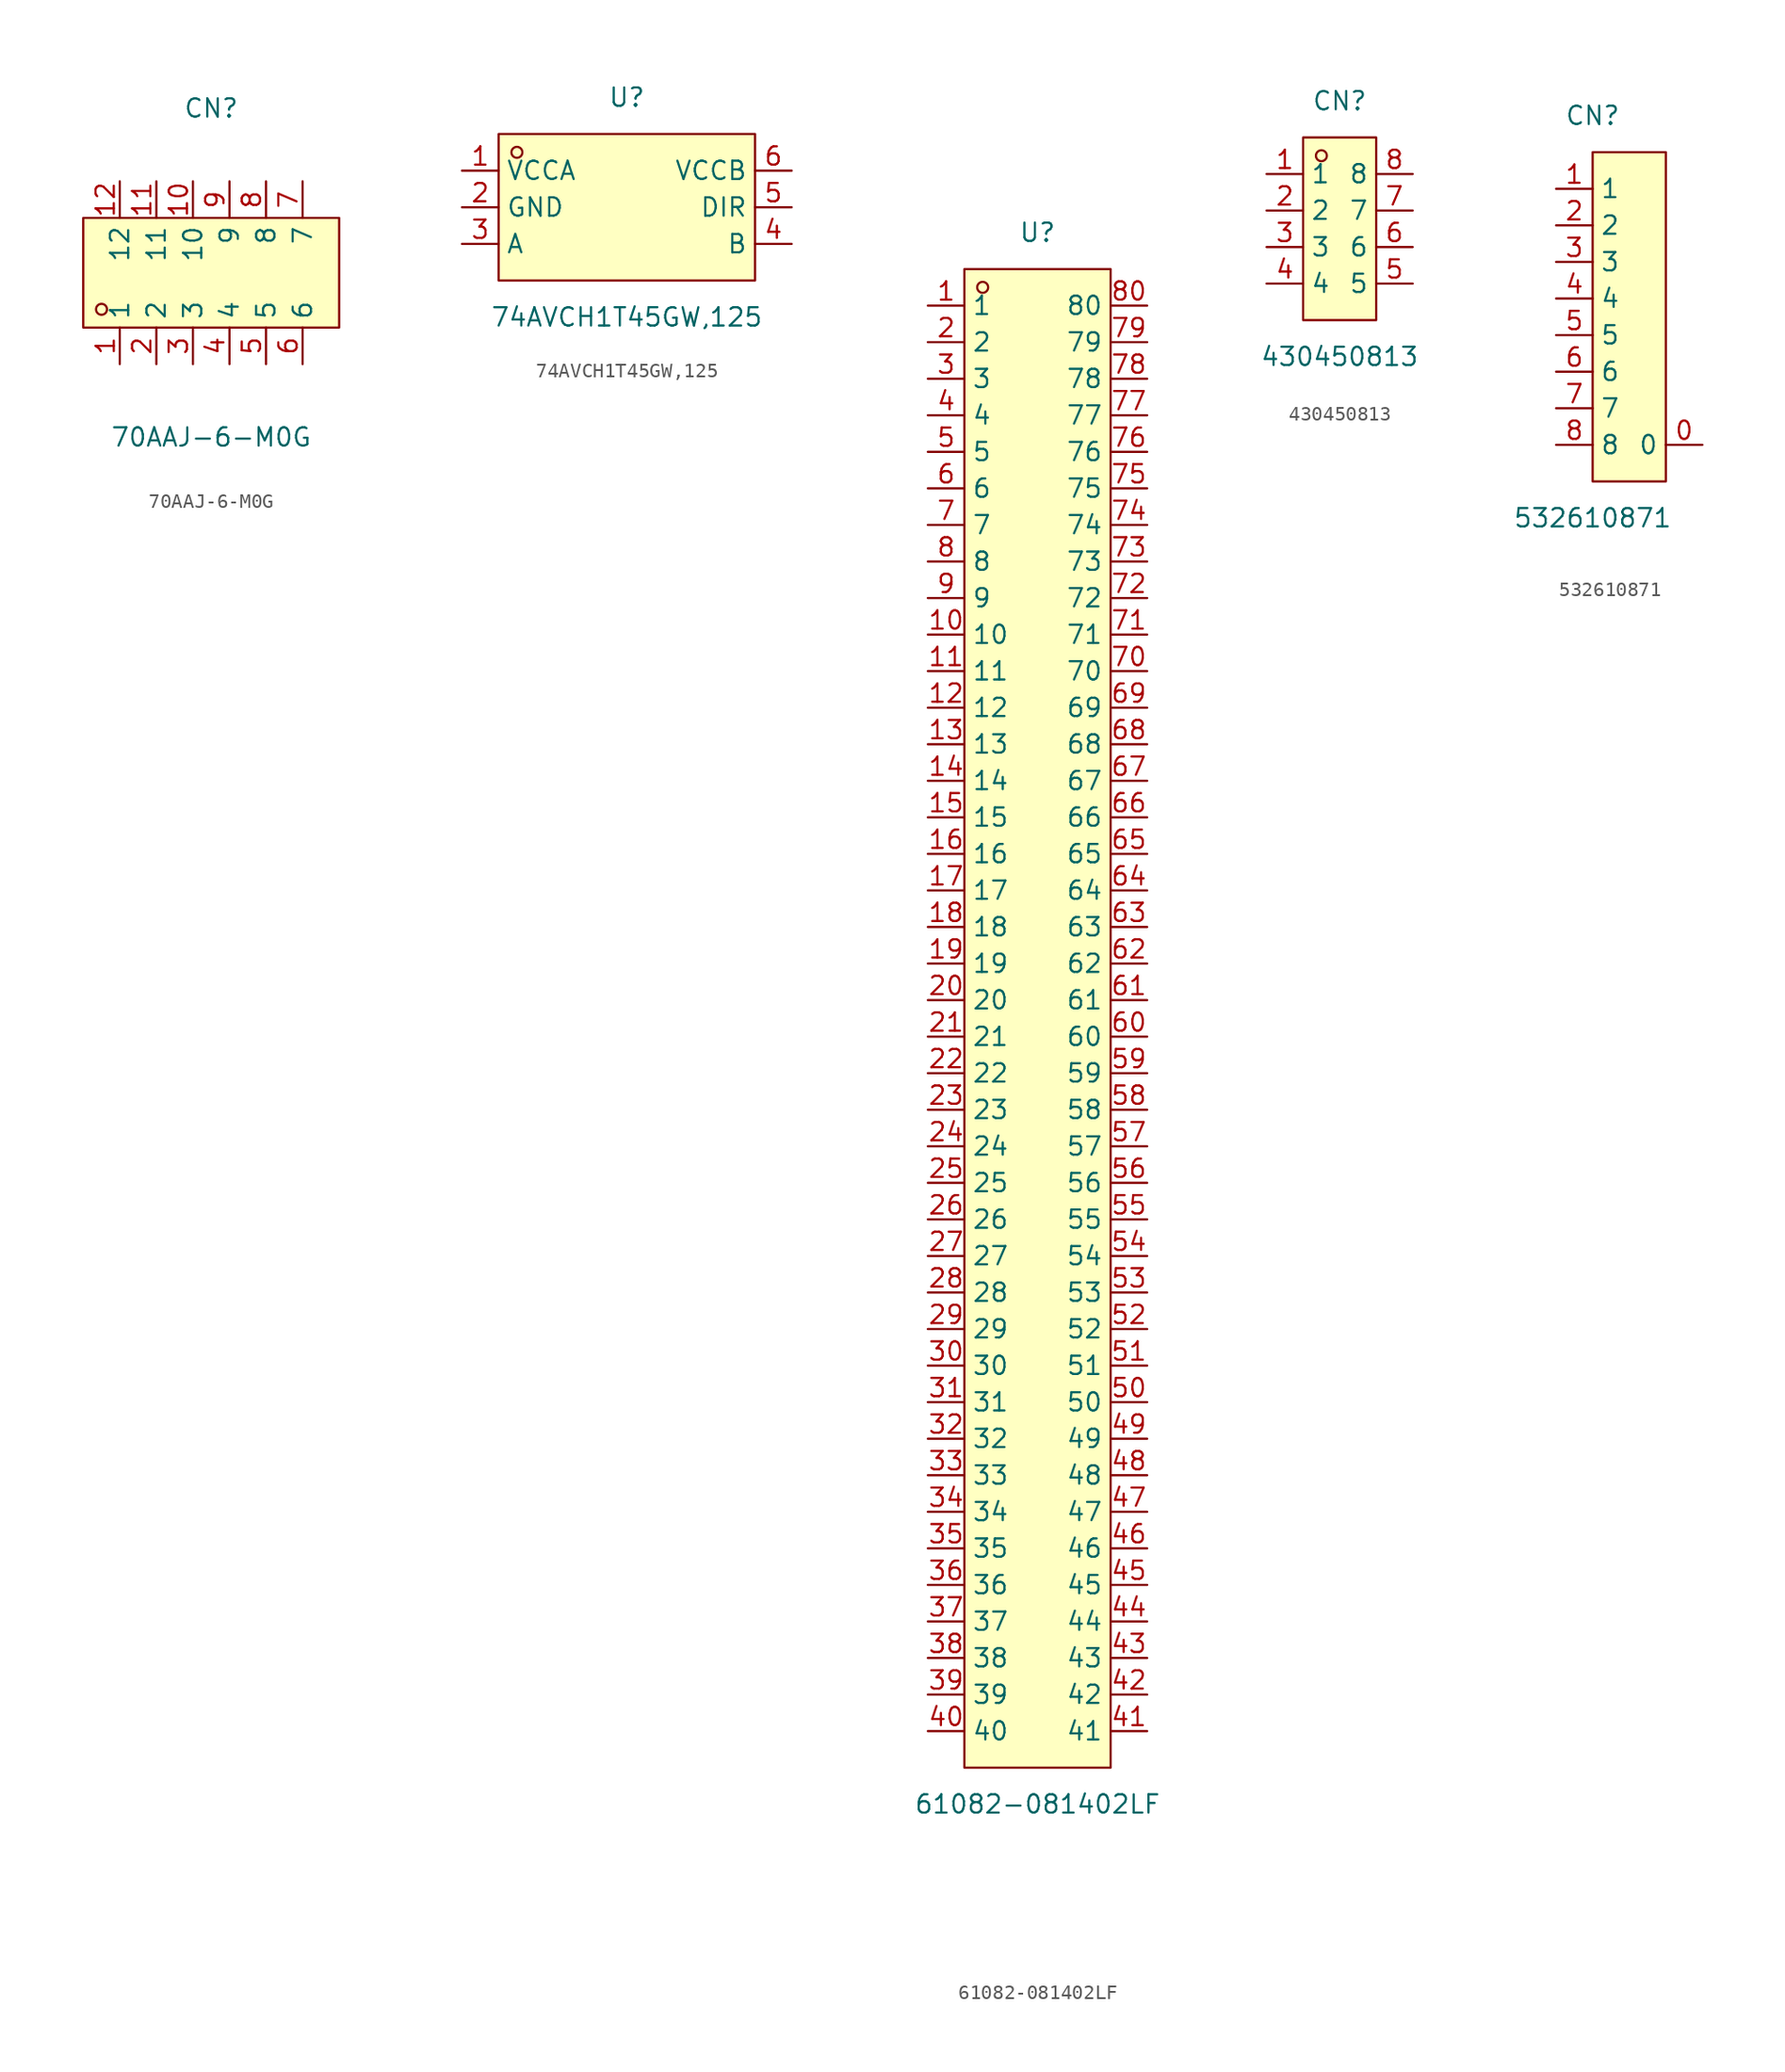
<source format=kicad_sym>
(kicad_symbol_lib
  (version 20231120)
  (generator "kicad_symbol_editor")
  (generator_version "8.0")
  (symbol "70AAJ-6-M0G"
    (property "Reference" "CN"
      (at 0 11.43 0)
      (effects (font (size 1.27 1.27))))
    (property "Value" "70AAJ-6-M0G"
      (at 0 -11.43 0)
      (effects (font (size 1.27 1.27))))
    (symbol "70AAJ-6-M0G_0_1"
      (rectangle (start -8.89 3.81) (end 8.89 -3.81) (stroke (width 0) (type default)) (fill (type background)))
      (circle (center -7.62 -2.54) (radius 0.38) (stroke (width 0) (type default)) (fill (type none)))
      (pin unspecified line (at -6.35 -6.35 90) (length 2.54) (name "1" (effects (font (size 1.27 1.27)))) (number "1" (effects (font (size 1.27 1.27)))))
      (pin unspecified line (at -1.27 6.35 270) (length 2.54) (name "10" (effects (font (size 1.27 1.27)))) (number "10" (effects (font (size 1.27 1.27)))))
      (pin unspecified line (at -3.81 6.35 270) (length 2.54) (name "11" (effects (font (size 1.27 1.27)))) (number "11" (effects (font (size 1.27 1.27)))))
      (pin unspecified line (at -6.35 6.35 270) (length 2.54) (name "12" (effects (font (size 1.27 1.27)))) (number "12" (effects (font (size 1.27 1.27)))))
      (pin unspecified line (at -3.81 -6.35 90) (length 2.54) (name "2" (effects (font (size 1.27 1.27)))) (number "2" (effects (font (size 1.27 1.27)))))
      (pin unspecified line (at -1.27 -6.35 90) (length 2.54) (name "3" (effects (font (size 1.27 1.27)))) (number "3" (effects (font (size 1.27 1.27)))))
      (pin unspecified line (at 1.27 -6.35 90) (length 2.54) (name "4" (effects (font (size 1.27 1.27)))) (number "4" (effects (font (size 1.27 1.27)))))
      (pin unspecified line (at 3.81 -6.35 90) (length 2.54) (name "5" (effects (font (size 1.27 1.27)))) (number "5" (effects (font (size 1.27 1.27)))))
      (pin unspecified line (at 6.35 -6.35 90) (length 2.54) (name "6" (effects (font (size 1.27 1.27)))) (number "6" (effects (font (size 1.27 1.27)))))
      (pin unspecified line (at 6.35 6.35 270) (length 2.54) (name "7" (effects (font (size 1.27 1.27)))) (number "7" (effects (font (size 1.27 1.27)))))
      (pin unspecified line (at 3.81 6.35 270) (length 2.54) (name "8" (effects (font (size 1.27 1.27)))) (number "8" (effects (font (size 1.27 1.27)))))
      (pin unspecified line (at 1.27 6.35 270) (length 2.54) (name "9" (effects (font (size 1.27 1.27)))) (number "9" (effects (font (size 1.27 1.27)))))))
  (symbol "74AVCH1T45GW,125"
    (property "Reference" "U"
      (at 0 7.62 0)
      (effects (font (size 1.27 1.27))))
    (property "Value" "74AVCH1T45GW,125"
      (at 0 -7.62 0)
      (effects (font (size 1.27 1.27))))
    (symbol "74AVCH1T45GW,125_0_1"
      (rectangle (start -8.89 5.08) (end 8.89 -5.08) (stroke (width 0) (type default)) (fill (type background)))
      (circle (center -7.62 3.81) (radius 0.38) (stroke (width 0) (type default)) (fill (type none)))
      (pin unspecified line (at -11.43 2.54 0) (length 2.54) (name "VCCA" (effects (font (size 1.27 1.27)))) (number "1" (effects (font (size 1.27 1.27)))))
      (pin unspecified line (at -11.43 0 0) (length 2.54) (name "GND" (effects (font (size 1.27 1.27)))) (number "2" (effects (font (size 1.27 1.27)))))
      (pin unspecified line (at -11.43 -2.54 0) (length 2.54) (name "A" (effects (font (size 1.27 1.27)))) (number "3" (effects (font (size 1.27 1.27)))))
      (pin unspecified line (at 11.43 -2.54 180) (length 2.54) (name "B" (effects (font (size 1.27 1.27)))) (number "4" (effects (font (size 1.27 1.27)))))
      (pin unspecified line (at 11.43 0 180) (length 2.54) (name "DIR" (effects (font (size 1.27 1.27)))) (number "5" (effects (font (size 1.27 1.27)))))
      (pin unspecified line (at 11.43 2.54 180) (length 2.54) (name "VCCB" (effects (font (size 1.27 1.27)))) (number "6" (effects (font (size 1.27 1.27)))))))
  (symbol "61082-081402LF"
    (property "Reference" "U"
      (at 0 54.61 0)
      (effects (font (size 1.27 1.27))))
    (property "Value" "61082-081402LF"
      (at 0 -54.61 0)
      (effects (font (size 1.27 1.27))))
    (symbol "61082-081402LF_0_1"
      (rectangle (start -5.08 52.07) (end 5.08 -52.07) (stroke (width 0) (type default)) (fill (type background)))
      (circle (center -3.81 50.8) (radius 0.38) (stroke (width 0) (type default)) (fill (type none)))
      (pin unspecified line (at -7.62 49.53 0) (length 2.54) (name "1" (effects (font (size 1.27 1.27)))) (number "1" (effects (font (size 1.27 1.27)))))
      (pin unspecified line (at -7.62 26.67 0) (length 2.54) (name "10" (effects (font (size 1.27 1.27)))) (number "10" (effects (font (size 1.27 1.27)))))
      (pin unspecified line (at -7.62 24.13 0) (length 2.54) (name "11" (effects (font (size 1.27 1.27)))) (number "11" (effects (font (size 1.27 1.27)))))
      (pin unspecified line (at -7.62 21.59 0) (length 2.54) (name "12" (effects (font (size 1.27 1.27)))) (number "12" (effects (font (size 1.27 1.27)))))
      (pin unspecified line (at -7.62 19.05 0) (length 2.54) (name "13" (effects (font (size 1.27 1.27)))) (number "13" (effects (font (size 1.27 1.27)))))
      (pin unspecified line (at -7.62 16.51 0) (length 2.54) (name "14" (effects (font (size 1.27 1.27)))) (number "14" (effects (font (size 1.27 1.27)))))
      (pin unspecified line (at -7.62 13.97 0) (length 2.54) (name "15" (effects (font (size 1.27 1.27)))) (number "15" (effects (font (size 1.27 1.27)))))
      (pin unspecified line (at -7.62 11.43 0) (length 2.54) (name "16" (effects (font (size 1.27 1.27)))) (number "16" (effects (font (size 1.27 1.27)))))
      (pin unspecified line (at -7.62 8.89 0) (length 2.54) (name "17" (effects (font (size 1.27 1.27)))) (number "17" (effects (font (size 1.27 1.27)))))
      (pin unspecified line (at -7.62 6.35 0) (length 2.54) (name "18" (effects (font (size 1.27 1.27)))) (number "18" (effects (font (size 1.27 1.27)))))
      (pin unspecified line (at -7.62 3.81 0) (length 2.54) (name "19" (effects (font (size 1.27 1.27)))) (number "19" (effects (font (size 1.27 1.27)))))
      (pin unspecified line (at -7.62 46.99 0) (length 2.54) (name "2" (effects (font (size 1.27 1.27)))) (number "2" (effects (font (size 1.27 1.27)))))
      (pin unspecified line (at -7.62 1.27 0) (length 2.54) (name "20" (effects (font (size 1.27 1.27)))) (number "20" (effects (font (size 1.27 1.27)))))
      (pin unspecified line (at -7.62 -1.27 0) (length 2.54) (name "21" (effects (font (size 1.27 1.27)))) (number "21" (effects (font (size 1.27 1.27)))))
      (pin unspecified line (at -7.62 -3.81 0) (length 2.54) (name "22" (effects (font (size 1.27 1.27)))) (number "22" (effects (font (size 1.27 1.27)))))
      (pin unspecified line (at -7.62 -6.35 0) (length 2.54) (name "23" (effects (font (size 1.27 1.27)))) (number "23" (effects (font (size 1.27 1.27)))))
      (pin unspecified line (at -7.62 -8.89 0) (length 2.54) (name "24" (effects (font (size 1.27 1.27)))) (number "24" (effects (font (size 1.27 1.27)))))
      (pin unspecified line (at -7.62 -11.43 0) (length 2.54) (name "25" (effects (font (size 1.27 1.27)))) (number "25" (effects (font (size 1.27 1.27)))))
      (pin unspecified line (at -7.62 -13.97 0) (length 2.54) (name "26" (effects (font (size 1.27 1.27)))) (number "26" (effects (font (size 1.27 1.27)))))
      (pin unspecified line (at -7.62 -16.51 0) (length 2.54) (name "27" (effects (font (size 1.27 1.27)))) (number "27" (effects (font (size 1.27 1.27)))))
      (pin unspecified line (at -7.62 -19.05 0) (length 2.54) (name "28" (effects (font (size 1.27 1.27)))) (number "28" (effects (font (size 1.27 1.27)))))
      (pin unspecified line (at -7.62 -21.59 0) (length 2.54) (name "29" (effects (font (size 1.27 1.27)))) (number "29" (effects (font (size 1.27 1.27)))))
      (pin unspecified line (at -7.62 44.45 0) (length 2.54) (name "3" (effects (font (size 1.27 1.27)))) (number "3" (effects (font (size 1.27 1.27)))))
      (pin unspecified line (at -7.62 -24.13 0) (length 2.54) (name "30" (effects (font (size 1.27 1.27)))) (number "30" (effects (font (size 1.27 1.27)))))
      (pin unspecified line (at -7.62 -26.67 0) (length 2.54) (name "31" (effects (font (size 1.27 1.27)))) (number "31" (effects (font (size 1.27 1.27)))))
      (pin unspecified line (at -7.62 -29.21 0) (length 2.54) (name "32" (effects (font (size 1.27 1.27)))) (number "32" (effects (font (size 1.27 1.27)))))
      (pin unspecified line (at -7.62 -31.75 0) (length 2.54) (name "33" (effects (font (size 1.27 1.27)))) (number "33" (effects (font (size 1.27 1.27)))))
      (pin unspecified line (at -7.62 -34.29 0) (length 2.54) (name "34" (effects (font (size 1.27 1.27)))) (number "34" (effects (font (size 1.27 1.27)))))
      (pin unspecified line (at -7.62 -36.83 0) (length 2.54) (name "35" (effects (font (size 1.27 1.27)))) (number "35" (effects (font (size 1.27 1.27)))))
      (pin unspecified line (at -7.62 -39.37 0) (length 2.54) (name "36" (effects (font (size 1.27 1.27)))) (number "36" (effects (font (size 1.27 1.27)))))
      (pin unspecified line (at -7.62 -41.91 0) (length 2.54) (name "37" (effects (font (size 1.27 1.27)))) (number "37" (effects (font (size 1.27 1.27)))))
      (pin unspecified line (at -7.62 -44.45 0) (length 2.54) (name "38" (effects (font (size 1.27 1.27)))) (number "38" (effects (font (size 1.27 1.27)))))
      (pin unspecified line (at -7.62 -46.99 0) (length 2.54) (name "39" (effects (font (size 1.27 1.27)))) (number "39" (effects (font (size 1.27 1.27)))))
      (pin unspecified line (at -7.62 41.91 0) (length 2.54) (name "4" (effects (font (size 1.27 1.27)))) (number "4" (effects (font (size 1.27 1.27)))))
      (pin unspecified line (at -7.62 -49.53 0) (length 2.54) (name "40" (effects (font (size 1.27 1.27)))) (number "40" (effects (font (size 1.27 1.27)))))
      (pin unspecified line (at 7.62 -49.53 180) (length 2.54) (name "41" (effects (font (size 1.27 1.27)))) (number "41" (effects (font (size 1.27 1.27)))))
      (pin unspecified line (at 7.62 -46.99 180) (length 2.54) (name "42" (effects (font (size 1.27 1.27)))) (number "42" (effects (font (size 1.27 1.27)))))
      (pin unspecified line (at 7.62 -44.45 180) (length 2.54) (name "43" (effects (font (size 1.27 1.27)))) (number "43" (effects (font (size 1.27 1.27)))))
      (pin unspecified line (at 7.62 -41.91 180) (length 2.54) (name "44" (effects (font (size 1.27 1.27)))) (number "44" (effects (font (size 1.27 1.27)))))
      (pin unspecified line (at 7.62 -39.37 180) (length 2.54) (name "45" (effects (font (size 1.27 1.27)))) (number "45" (effects (font (size 1.27 1.27)))))
      (pin unspecified line (at 7.62 -36.83 180) (length 2.54) (name "46" (effects (font (size 1.27 1.27)))) (number "46" (effects (font (size 1.27 1.27)))))
      (pin unspecified line (at 7.62 -34.29 180) (length 2.54) (name "47" (effects (font (size 1.27 1.27)))) (number "47" (effects (font (size 1.27 1.27)))))
      (pin unspecified line (at 7.62 -31.75 180) (length 2.54) (name "48" (effects (font (size 1.27 1.27)))) (number "48" (effects (font (size 1.27 1.27)))))
      (pin unspecified line (at 7.62 -29.21 180) (length 2.54) (name "49" (effects (font (size 1.27 1.27)))) (number "49" (effects (font (size 1.27 1.27)))))
      (pin unspecified line (at -7.62 39.37 0) (length 2.54) (name "5" (effects (font (size 1.27 1.27)))) (number "5" (effects (font (size 1.27 1.27)))))
      (pin unspecified line (at 7.62 -26.67 180) (length 2.54) (name "50" (effects (font (size 1.27 1.27)))) (number "50" (effects (font (size 1.27 1.27)))))
      (pin unspecified line (at 7.62 -24.13 180) (length 2.54) (name "51" (effects (font (size 1.27 1.27)))) (number "51" (effects (font (size 1.27 1.27)))))
      (pin unspecified line (at 7.62 -21.59 180) (length 2.54) (name "52" (effects (font (size 1.27 1.27)))) (number "52" (effects (font (size 1.27 1.27)))))
      (pin unspecified line (at 7.62 -19.05 180) (length 2.54) (name "53" (effects (font (size 1.27 1.27)))) (number "53" (effects (font (size 1.27 1.27)))))
      (pin unspecified line (at 7.62 -16.51 180) (length 2.54) (name "54" (effects (font (size 1.27 1.27)))) (number "54" (effects (font (size 1.27 1.27)))))
      (pin unspecified line (at 7.62 -13.97 180) (length 2.54) (name "55" (effects (font (size 1.27 1.27)))) (number "55" (effects (font (size 1.27 1.27)))))
      (pin unspecified line (at 7.62 -11.43 180) (length 2.54) (name "56" (effects (font (size 1.27 1.27)))) (number "56" (effects (font (size 1.27 1.27)))))
      (pin unspecified line (at 7.62 -8.89 180) (length 2.54) (name "57" (effects (font (size 1.27 1.27)))) (number "57" (effects (font (size 1.27 1.27)))))
      (pin unspecified line (at 7.62 -6.35 180) (length 2.54) (name "58" (effects (font (size 1.27 1.27)))) (number "58" (effects (font (size 1.27 1.27)))))
      (pin unspecified line (at 7.62 -3.81 180) (length 2.54) (name "59" (effects (font (size 1.27 1.27)))) (number "59" (effects (font (size 1.27 1.27)))))
      (pin unspecified line (at -7.62 36.83 0) (length 2.54) (name "6" (effects (font (size 1.27 1.27)))) (number "6" (effects (font (size 1.27 1.27)))))
      (pin unspecified line (at 7.62 -1.27 180) (length 2.54) (name "60" (effects (font (size 1.27 1.27)))) (number "60" (effects (font (size 1.27 1.27)))))
      (pin unspecified line (at 7.62 1.27 180) (length 2.54) (name "61" (effects (font (size 1.27 1.27)))) (number "61" (effects (font (size 1.27 1.27)))))
      (pin unspecified line (at 7.62 3.81 180) (length 2.54) (name "62" (effects (font (size 1.27 1.27)))) (number "62" (effects (font (size 1.27 1.27)))))
      (pin unspecified line (at 7.62 6.35 180) (length 2.54) (name "63" (effects (font (size 1.27 1.27)))) (number "63" (effects (font (size 1.27 1.27)))))
      (pin unspecified line (at 7.62 8.89 180) (length 2.54) (name "64" (effects (font (size 1.27 1.27)))) (number "64" (effects (font (size 1.27 1.27)))))
      (pin unspecified line (at 7.62 11.43 180) (length 2.54) (name "65" (effects (font (size 1.27 1.27)))) (number "65" (effects (font (size 1.27 1.27)))))
      (pin unspecified line (at 7.62 13.97 180) (length 2.54) (name "66" (effects (font (size 1.27 1.27)))) (number "66" (effects (font (size 1.27 1.27)))))
      (pin unspecified line (at 7.62 16.51 180) (length 2.54) (name "67" (effects (font (size 1.27 1.27)))) (number "67" (effects (font (size 1.27 1.27)))))
      (pin unspecified line (at 7.62 19.05 180) (length 2.54) (name "68" (effects (font (size 1.27 1.27)))) (number "68" (effects (font (size 1.27 1.27)))))
      (pin unspecified line (at 7.62 21.59 180) (length 2.54) (name "69" (effects (font (size 1.27 1.27)))) (number "69" (effects (font (size 1.27 1.27)))))
      (pin unspecified line (at -7.62 34.29 0) (length 2.54) (name "7" (effects (font (size 1.27 1.27)))) (number "7" (effects (font (size 1.27 1.27)))))
      (pin unspecified line (at 7.62 24.13 180) (length 2.54) (name "70" (effects (font (size 1.27 1.27)))) (number "70" (effects (font (size 1.27 1.27)))))
      (pin unspecified line (at 7.62 26.67 180) (length 2.54) (name "71" (effects (font (size 1.27 1.27)))) (number "71" (effects (font (size 1.27 1.27)))))
      (pin unspecified line (at 7.62 29.21 180) (length 2.54) (name "72" (effects (font (size 1.27 1.27)))) (number "72" (effects (font (size 1.27 1.27)))))
      (pin unspecified line (at 7.62 31.75 180) (length 2.54) (name "73" (effects (font (size 1.27 1.27)))) (number "73" (effects (font (size 1.27 1.27)))))
      (pin unspecified line (at 7.62 34.29 180) (length 2.54) (name "74" (effects (font (size 1.27 1.27)))) (number "74" (effects (font (size 1.27 1.27)))))
      (pin unspecified line (at 7.62 36.83 180) (length 2.54) (name "75" (effects (font (size 1.27 1.27)))) (number "75" (effects (font (size 1.27 1.27)))))
      (pin unspecified line (at 7.62 39.37 180) (length 2.54) (name "76" (effects (font (size 1.27 1.27)))) (number "76" (effects (font (size 1.27 1.27)))))
      (pin unspecified line (at 7.62 41.91 180) (length 2.54) (name "77" (effects (font (size 1.27 1.27)))) (number "77" (effects (font (size 1.27 1.27)))))
      (pin unspecified line (at 7.62 44.45 180) (length 2.54) (name "78" (effects (font (size 1.27 1.27)))) (number "78" (effects (font (size 1.27 1.27)))))
      (pin unspecified line (at 7.62 46.99 180) (length 2.54) (name "79" (effects (font (size 1.27 1.27)))) (number "79" (effects (font (size 1.27 1.27)))))
      (pin unspecified line (at -7.62 31.75 0) (length 2.54) (name "8" (effects (font (size 1.27 1.27)))) (number "8" (effects (font (size 1.27 1.27)))))
      (pin unspecified line (at 7.62 49.53 180) (length 2.54) (name "80" (effects (font (size 1.27 1.27)))) (number "80" (effects (font (size 1.27 1.27)))))
      (pin unspecified line (at -7.62 29.21 0) (length 2.54) (name "9" (effects (font (size 1.27 1.27)))) (number "9" (effects (font (size 1.27 1.27)))))))
  (symbol "430450813"
    (property "Reference" "CN"
      (at 0 8.89 0)
      (effects (font (size 1.27 1.27))))
    (property "Value" "430450813"
      (at 0 -8.89 0)
      (effects (font (size 1.27 1.27))))
    (symbol "430450813_0_1"
      (rectangle (start -2.54 6.35) (end 2.54 -6.35) (stroke (width 0) (type default)) (fill (type background)))
      (circle (center -1.27 5.08) (radius 0.38) (stroke (width 0) (type default)) (fill (type none)))
      (pin unspecified line (at -5.08 3.81 0) (length 2.54) (name "1" (effects (font (size 1.27 1.27)))) (number "1" (effects (font (size 1.27 1.27)))))
      (pin unspecified line (at -5.08 1.27 0) (length 2.54) (name "2" (effects (font (size 1.27 1.27)))) (number "2" (effects (font (size 1.27 1.27)))))
      (pin unspecified line (at -5.08 -1.27 0) (length 2.54) (name "3" (effects (font (size 1.27 1.27)))) (number "3" (effects (font (size 1.27 1.27)))))
      (pin unspecified line (at -5.08 -3.81 0) (length 2.54) (name "4" (effects (font (size 1.27 1.27)))) (number "4" (effects (font (size 1.27 1.27)))))
      (pin unspecified line (at 5.08 -3.81 180) (length 2.54) (name "5" (effects (font (size 1.27 1.27)))) (number "5" (effects (font (size 1.27 1.27)))))
      (pin unspecified line (at 5.08 -1.27 180) (length 2.54) (name "6" (effects (font (size 1.27 1.27)))) (number "6" (effects (font (size 1.27 1.27)))))
      (pin unspecified line (at 5.08 1.27 180) (length 2.54) (name "7" (effects (font (size 1.27 1.27)))) (number "7" (effects (font (size 1.27 1.27)))))
      (pin unspecified line (at 5.08 3.81 180) (length 2.54) (name "8" (effects (font (size 1.27 1.27)))) (number "8" (effects (font (size 1.27 1.27)))))))
  (symbol "532610871"
    (property "Reference" "CN"
      (at 0 15.24 0)
      (effects (font (size 1.27 1.27))))
    (property "Value" "532610871"
      (at 0 -12.7 0)
      (effects (font (size 1.27 1.27))))
    (symbol "532610871_0_1"
      (rectangle (start 0 12.7) (end 5.08 -10.16) (stroke (width 0) (type default)) (fill (type background)))
      (pin unspecified line (at 7.62 -7.62 180) (length 2.54) (name "0" (effects (font (size 1.27 1.27)))) (number "0" (effects (font (size 1.27 1.27)))))
      (pin unspecified line (at -2.54 10.16 0) (length 2.54) (name "1" (effects (font (size 1.27 1.27)))) (number "1" (effects (font (size 1.27 1.27)))))
      (pin unspecified line (at -2.54 7.62 0) (length 2.54) (name "2" (effects (font (size 1.27 1.27)))) (number "2" (effects (font (size 1.27 1.27)))))
      (pin unspecified line (at -2.54 5.08 0) (length 2.54) (name "3" (effects (font (size 1.27 1.27)))) (number "3" (effects (font (size 1.27 1.27)))))
      (pin unspecified line (at -2.54 2.54 0) (length 2.54) (name "4" (effects (font (size 1.27 1.27)))) (number "4" (effects (font (size 1.27 1.27)))))
      (pin unspecified line (at -2.54 0 0) (length 2.54) (name "5" (effects (font (size 1.27 1.27)))) (number "5" (effects (font (size 1.27 1.27)))))
      (pin unspecified line (at -2.54 -2.54 0) (length 2.54) (name "6" (effects (font (size 1.27 1.27)))) (number "6" (effects (font (size 1.27 1.27)))))
      (pin unspecified line (at -2.54 -5.08 0) (length 2.54) (name "7" (effects (font (size 1.27 1.27)))) (number "7" (effects (font (size 1.27 1.27)))))
      (pin unspecified line (at -2.54 -7.62 0) (length 2.54) (name "8" (effects (font (size 1.27 1.27)))) (number "8" (effects (font (size 1.27 1.27))))))))
</source>
